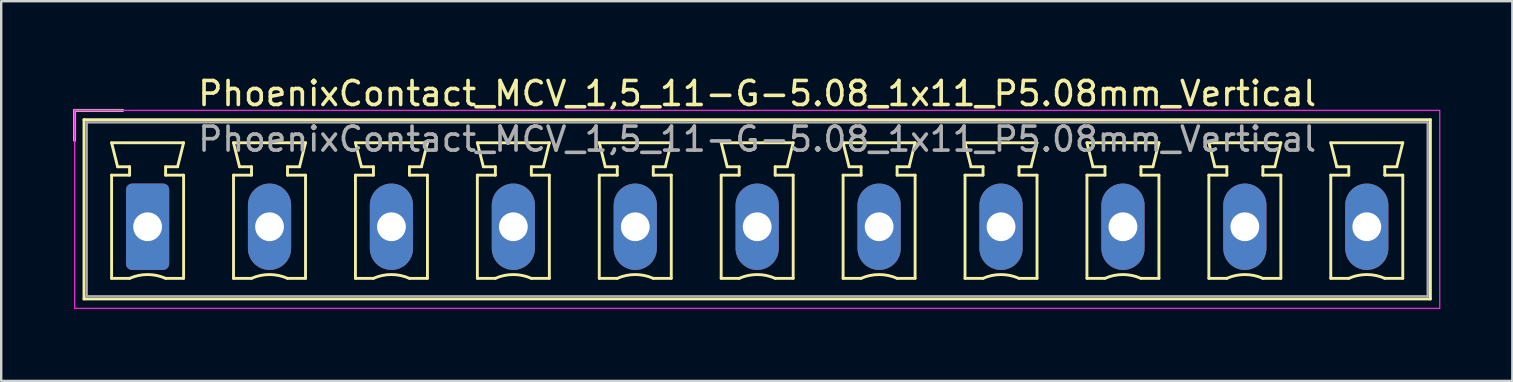
<source format=kicad_pcb>
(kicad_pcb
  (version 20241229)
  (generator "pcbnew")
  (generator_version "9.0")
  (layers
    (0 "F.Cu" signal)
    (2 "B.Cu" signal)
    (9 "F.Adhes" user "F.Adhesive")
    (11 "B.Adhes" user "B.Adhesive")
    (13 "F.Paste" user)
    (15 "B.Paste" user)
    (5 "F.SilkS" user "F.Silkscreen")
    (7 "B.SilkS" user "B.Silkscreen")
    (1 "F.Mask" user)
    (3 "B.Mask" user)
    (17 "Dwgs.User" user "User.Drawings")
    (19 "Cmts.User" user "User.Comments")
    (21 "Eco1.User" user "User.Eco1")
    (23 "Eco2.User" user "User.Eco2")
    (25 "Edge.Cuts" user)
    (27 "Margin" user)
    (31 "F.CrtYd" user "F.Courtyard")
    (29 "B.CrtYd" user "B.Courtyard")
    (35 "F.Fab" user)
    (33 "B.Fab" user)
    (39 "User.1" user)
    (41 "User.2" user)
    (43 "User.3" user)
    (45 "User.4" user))
  (footprint "PhoenixContact_MCV_1,5_11-G-5.08_1x11_P5.08mm_Vertical"
    (layer "F.Cu")
    (at 3.1 6.398)
    (property "Reference" "PhoenixContact_MCV_1,5_11-G-5.08_1x11_P5.08mm_Vertical" (at 25.4 -5.55 0) (layer "F.SilkS") (effects (font (size 1 1) (thickness 0.15))))
    (attr through_hole)
    (fp_line (start -3.04 -4.85) (end -1.04 -4.85) (stroke (width 0.12) (type solid)) (layer "F.SilkS"))
    (fp_line (start -3.04 -3.6) (end -3.04 -4.85) (stroke (width 0.12) (type solid)) (layer "F.SilkS"))
    (fp_line (start -2.65 -4.46) (end -2.65 3.01) (stroke (width 0.12) (type solid)) (layer "F.SilkS"))
    (fp_line (start -2.65 3.01) (end 53.45 3.01) (stroke (width 0.12) (type solid)) (layer "F.SilkS"))
    (fp_line (start -1.5 -3.5) (end 1.5 -3.5) (stroke (width 0.12) (type solid)) (layer "F.SilkS"))
    (fp_line (start -1.5 -2.15) (end -0.75 -2.15) (stroke (width 0.12) (type solid)) (layer "F.SilkS"))
    (fp_line (start -1.5 2.15) (end -1.5 -2.15) (stroke (width 0.12) (type solid)) (layer "F.SilkS"))
    (fp_line (start -1.25 -2.5) (end -1.5 -3.5) (stroke (width 0.12) (type solid)) (layer "F.SilkS"))
    (fp_line (start -0.75 -2.5) (end -1.25 -2.5) (stroke (width 0.12) (type solid)) (layer "F.SilkS"))
    (fp_line (start -0.75 -2.15) (end -0.75 -2.5) (stroke (width 0.12) (type solid)) (layer "F.SilkS"))
    (fp_line (start -0.75 2.15) (end -1.5 2.15) (stroke (width 0.12) (type solid)) (layer "F.SilkS"))
    (fp_line (start 0.75 -2.5) (end 0.75 -2.15) (stroke (width 0.12) (type solid)) (layer "F.SilkS"))
    (fp_line (start 0.75 -2.15) (end 1.5 -2.15) (stroke (width 0.12) (type solid)) (layer "F.SilkS"))
    (fp_line (start 1.25 -2.5) (end 0.75 -2.5) (stroke (width 0.12) (type solid)) (layer "F.SilkS"))
    (fp_line (start 1.5 -3.5) (end 1.25 -2.5) (stroke (width 0.12) (type solid)) (layer "F.SilkS"))
    (fp_line (start 1.5 -2.15) (end 1.5 2.15) (stroke (width 0.12) (type solid)) (layer "F.SilkS"))
    (fp_line (start 1.5 2.15) (end 0.75 2.15) (stroke (width 0.12) (type solid)) (layer "F.SilkS"))
    (fp_line (start 3.58 -3.5) (end 6.58 -3.5) (stroke (width 0.12) (type solid)) (layer "F.SilkS"))
    (fp_line (start 3.58 -2.15) (end 4.33 -2.15) (stroke (width 0.12) (type solid)) (layer "F.SilkS"))
    (fp_line (start 3.58 2.15) (end 3.58 -2.15) (stroke (width 0.12) (type solid)) (layer "F.SilkS"))
    (fp_line (start 3.83 -2.5) (end 3.58 -3.5) (stroke (width 0.12) (type solid)) (layer "F.SilkS"))
    (fp_line (start 4.33 -2.5) (end 3.83 -2.5) (stroke (width 0.12) (type solid)) (layer "F.SilkS"))
    (fp_line (start 4.33 -2.15) (end 4.33 -2.5) (stroke (width 0.12) (type solid)) (layer "F.SilkS"))
    (fp_line (start 4.33 2.15) (end 3.58 2.15) (stroke (width 0.12) (type solid)) (layer "F.SilkS"))
    (fp_line (start 5.83 -2.5) (end 5.83 -2.15) (stroke (width 0.12) (type solid)) (layer "F.SilkS"))
    (fp_line (start 5.83 -2.15) (end 6.58 -2.15) (stroke (width 0.12) (type solid)) (layer "F.SilkS"))
    (fp_line (start 6.33 -2.5) (end 5.83 -2.5) (stroke (width 0.12) (type solid)) (layer "F.SilkS"))
    (fp_line (start 6.58 -3.5) (end 6.33 -2.5) (stroke (width 0.12) (type solid)) (layer "F.SilkS"))
    (fp_line (start 6.58 -2.15) (end 6.58 2.15) (stroke (width 0.12) (type solid)) (layer "F.SilkS"))
    (fp_line (start 6.58 2.15) (end 5.83 2.15) (stroke (width 0.12) (type solid)) (layer "F.SilkS"))
    (fp_line (start 8.66 -3.5) (end 11.66 -3.5) (stroke (width 0.12) (type solid)) (layer "F.SilkS"))
    (fp_line (start 8.66 -2.15) (end 9.41 -2.15) (stroke (width 0.12) (type solid)) (layer "F.SilkS"))
    (fp_line (start 8.66 2.15) (end 8.66 -2.15) (stroke (width 0.12) (type solid)) (layer "F.SilkS"))
    (fp_line (start 8.91 -2.5) (end 8.66 -3.5) (stroke (width 0.12) (type solid)) (layer "F.SilkS"))
    (fp_line (start 9.41 -2.5) (end 8.91 -2.5) (stroke (width 0.12) (type solid)) (layer "F.SilkS"))
    (fp_line (start 9.41 -2.15) (end 9.41 -2.5) (stroke (width 0.12) (type solid)) (layer "F.SilkS"))
    (fp_line (start 9.41 2.15) (end 8.66 2.15) (stroke (width 0.12) (type solid)) (layer "F.SilkS"))
    (fp_line (start 10.91 -2.5) (end 10.91 -2.15) (stroke (width 0.12) (type solid)) (layer "F.SilkS"))
    (fp_line (start 10.91 -2.15) (end 11.66 -2.15) (stroke (width 0.12) (type solid)) (layer "F.SilkS"))
    (fp_line (start 11.41 -2.5) (end 10.91 -2.5) (stroke (width 0.12) (type solid)) (layer "F.SilkS"))
    (fp_line (start 11.66 -3.5) (end 11.41 -2.5) (stroke (width 0.12) (type solid)) (layer "F.SilkS"))
    (fp_line (start 11.66 -2.15) (end 11.66 2.15) (stroke (width 0.12) (type solid)) (layer "F.SilkS"))
    (fp_line (start 11.66 2.15) (end 10.91 2.15) (stroke (width 0.12) (type solid)) (layer "F.SilkS"))
    (fp_line (start 13.74 -3.5) (end 16.74 -3.5) (stroke (width 0.12) (type solid)) (layer "F.SilkS"))
    (fp_line (start 13.74 -2.15) (end 14.49 -2.15) (stroke (width 0.12) (type solid)) (layer "F.SilkS"))
    (fp_line (start 13.74 2.15) (end 13.74 -2.15) (stroke (width 0.12) (type solid)) (layer "F.SilkS"))
    (fp_line (start 13.99 -2.5) (end 13.74 -3.5) (stroke (width 0.12) (type solid)) (layer "F.SilkS"))
    (fp_line (start 14.49 -2.5) (end 13.99 -2.5) (stroke (width 0.12) (type solid)) (layer "F.SilkS"))
    (fp_line (start 14.49 -2.15) (end 14.49 -2.5) (stroke (width 0.12) (type solid)) (layer "F.SilkS"))
    (fp_line (start 14.49 2.15) (end 13.74 2.15) (stroke (width 0.12) (type solid)) (layer "F.SilkS"))
    (fp_line (start 15.99 -2.5) (end 15.99 -2.15) (stroke (width 0.12) (type solid)) (layer "F.SilkS"))
    (fp_line (start 15.99 -2.15) (end 16.74 -2.15) (stroke (width 0.12) (type solid)) (layer "F.SilkS"))
    (fp_line (start 16.49 -2.5) (end 15.99 -2.5) (stroke (width 0.12) (type solid)) (layer "F.SilkS"))
    (fp_line (start 16.74 -3.5) (end 16.49 -2.5) (stroke (width 0.12) (type solid)) (layer "F.SilkS"))
    (fp_line (start 16.74 -2.15) (end 16.74 2.15) (stroke (width 0.12) (type solid)) (layer "F.SilkS"))
    (fp_line (start 16.74 2.15) (end 15.99 2.15) (stroke (width 0.12) (type solid)) (layer "F.SilkS"))
    (fp_line (start 18.82 -3.5) (end 21.82 -3.5) (stroke (width 0.12) (type solid)) (layer "F.SilkS"))
    (fp_line (start 18.82 -2.15) (end 19.57 -2.15) (stroke (width 0.12) (type solid)) (layer "F.SilkS"))
    (fp_line (start 18.82 2.15) (end 18.82 -2.15) (stroke (width 0.12) (type solid)) (layer "F.SilkS"))
    (fp_line (start 19.07 -2.5) (end 18.82 -3.5) (stroke (width 0.12) (type solid)) (layer "F.SilkS"))
    (fp_line (start 19.57 -2.5) (end 19.07 -2.5) (stroke (width 0.12) (type solid)) (layer "F.SilkS"))
    (fp_line (start 19.57 -2.15) (end 19.57 -2.5) (stroke (width 0.12) (type solid)) (layer "F.SilkS"))
    (fp_line (start 19.57 2.15) (end 18.82 2.15) (stroke (width 0.12) (type solid)) (layer "F.SilkS"))
    (fp_line (start 21.07 -2.5) (end 21.07 -2.15) (stroke (width 0.12) (type solid)) (layer "F.SilkS"))
    (fp_line (start 21.07 -2.15) (end 21.82 -2.15) (stroke (width 0.12) (type solid)) (layer "F.SilkS"))
    (fp_line (start 21.57 -2.5) (end 21.07 -2.5) (stroke (width 0.12) (type solid)) (layer "F.SilkS"))
    (fp_line (start 21.82 -3.5) (end 21.57 -2.5) (stroke (width 0.12) (type solid)) (layer "F.SilkS"))
    (fp_line (start 21.82 -2.15) (end 21.82 2.15) (stroke (width 0.12) (type solid)) (layer "F.SilkS"))
    (fp_line (start 21.82 2.15) (end 21.07 2.15) (stroke (width 0.12) (type solid)) (layer "F.SilkS"))
    (fp_line (start 23.9 -3.5) (end 26.9 -3.5) (stroke (width 0.12) (type solid)) (layer "F.SilkS"))
    (fp_line (start 23.9 -2.15) (end 24.65 -2.15) (stroke (width 0.12) (type solid)) (layer "F.SilkS"))
    (fp_line (start 23.9 2.15) (end 23.9 -2.15) (stroke (width 0.12) (type solid)) (layer "F.SilkS"))
    (fp_line (start 24.15 -2.5) (end 23.9 -3.5) (stroke (width 0.12) (type solid)) (layer "F.SilkS"))
    (fp_line (start 24.65 -2.5) (end 24.15 -2.5) (stroke (width 0.12) (type solid)) (layer "F.SilkS"))
    (fp_line (start 24.65 -2.15) (end 24.65 -2.5) (stroke (width 0.12) (type solid)) (layer "F.SilkS"))
    (fp_line (start 24.65 2.15) (end 23.9 2.15) (stroke (width 0.12) (type solid)) (layer "F.SilkS"))
    (fp_line (start 26.15 -2.5) (end 26.15 -2.15) (stroke (width 0.12) (type solid)) (layer "F.SilkS"))
    (fp_line (start 26.15 -2.15) (end 26.9 -2.15) (stroke (width 0.12) (type solid)) (layer "F.SilkS"))
    (fp_line (start 26.65 -2.5) (end 26.15 -2.5) (stroke (width 0.12) (type solid)) (layer "F.SilkS"))
    (fp_line (start 26.9 -3.5) (end 26.65 -2.5) (stroke (width 0.12) (type solid)) (layer "F.SilkS"))
    (fp_line (start 26.9 -2.15) (end 26.9 2.15) (stroke (width 0.12) (type solid)) (layer "F.SilkS"))
    (fp_line (start 26.9 2.15) (end 26.15 2.15) (stroke (width 0.12) (type solid)) (layer "F.SilkS"))
    (fp_line (start 28.98 -3.5) (end 31.98 -3.5) (stroke (width 0.12) (type solid)) (layer "F.SilkS"))
    (fp_line (start 28.98 -2.15) (end 29.73 -2.15) (stroke (width 0.12) (type solid)) (layer "F.SilkS"))
    (fp_line (start 28.98 2.15) (end 28.98 -2.15) (stroke (width 0.12) (type solid)) (layer "F.SilkS"))
    (fp_line (start 29.23 -2.5) (end 28.98 -3.5) (stroke (width 0.12) (type solid)) (layer "F.SilkS"))
    (fp_line (start 29.73 -2.5) (end 29.23 -2.5) (stroke (width 0.12) (type solid)) (layer "F.SilkS"))
    (fp_line (start 29.73 -2.15) (end 29.73 -2.5) (stroke (width 0.12) (type solid)) (layer "F.SilkS"))
    (fp_line (start 29.73 2.15) (end 28.98 2.15) (stroke (width 0.12) (type solid)) (layer "F.SilkS"))
    (fp_line (start 31.23 -2.5) (end 31.23 -2.15) (stroke (width 0.12) (type solid)) (layer "F.SilkS"))
    (fp_line (start 31.23 -2.15) (end 31.98 -2.15) (stroke (width 0.12) (type solid)) (layer "F.SilkS"))
    (fp_line (start 31.73 -2.5) (end 31.23 -2.5) (stroke (width 0.12) (type solid)) (layer "F.SilkS"))
    (fp_line (start 31.98 -3.5) (end 31.73 -2.5) (stroke (width 0.12) (type solid)) (layer "F.SilkS"))
    (fp_line (start 31.98 -2.15) (end 31.98 2.15) (stroke (width 0.12) (type solid)) (layer "F.SilkS"))
    (fp_line (start 31.98 2.15) (end 31.23 2.15) (stroke (width 0.12) (type solid)) (layer "F.SilkS"))
    (fp_line (start 34.06 -3.5) (end 37.06 -3.5) (stroke (width 0.12) (type solid)) (layer "F.SilkS"))
    (fp_line (start 34.06 -2.15) (end 34.81 -2.15) (stroke (width 0.12) (type solid)) (layer "F.SilkS"))
    (fp_line (start 34.06 2.15) (end 34.06 -2.15) (stroke (width 0.12) (type solid)) (layer "F.SilkS"))
    (fp_line (start 34.31 -2.5) (end 34.06 -3.5) (stroke (width 0.12) (type solid)) (layer "F.SilkS"))
    (fp_line (start 34.81 -2.5) (end 34.31 -2.5) (stroke (width 0.12) (type solid)) (layer "F.SilkS"))
    (fp_line (start 34.81 -2.15) (end 34.81 -2.5) (stroke (width 0.12) (type solid)) (layer "F.SilkS"))
    (fp_line (start 34.81 2.15) (end 34.06 2.15) (stroke (width 0.12) (type solid)) (layer "F.SilkS"))
    (fp_line (start 36.31 -2.5) (end 36.31 -2.15) (stroke (width 0.12) (type solid)) (layer "F.SilkS"))
    (fp_line (start 36.31 -2.15) (end 37.06 -2.15) (stroke (width 0.12) (type solid)) (layer "F.SilkS"))
    (fp_line (start 36.81 -2.5) (end 36.31 -2.5) (stroke (width 0.12) (type solid)) (layer "F.SilkS"))
    (fp_line (start 37.06 -3.5) (end 36.81 -2.5) (stroke (width 0.12) (type solid)) (layer "F.SilkS"))
    (fp_line (start 37.06 -2.15) (end 37.06 2.15) (stroke (width 0.12) (type solid)) (layer "F.SilkS"))
    (fp_line (start 37.06 2.15) (end 36.31 2.15) (stroke (width 0.12) (type solid)) (layer "F.SilkS"))
    (fp_line (start 39.14 -3.5) (end 42.14 -3.5) (stroke (width 0.12) (type solid)) (layer "F.SilkS"))
    (fp_line (start 39.14 -2.15) (end 39.89 -2.15) (stroke (width 0.12) (type solid)) (layer "F.SilkS"))
    (fp_line (start 39.14 2.15) (end 39.14 -2.15) (stroke (width 0.12) (type solid)) (layer "F.SilkS"))
    (fp_line (start 39.39 -2.5) (end 39.14 -3.5) (stroke (width 0.12) (type solid)) (layer "F.SilkS"))
    (fp_line (start 39.89 -2.5) (end 39.39 -2.5) (stroke (width 0.12) (type solid)) (layer "F.SilkS"))
    (fp_line (start 39.89 -2.15) (end 39.89 -2.5) (stroke (width 0.12) (type solid)) (layer "F.SilkS"))
    (fp_line (start 39.89 2.15) (end 39.14 2.15) (stroke (width 0.12) (type solid)) (layer "F.SilkS"))
    (fp_line (start 41.39 -2.5) (end 41.39 -2.15) (stroke (width 0.12) (type solid)) (layer "F.SilkS"))
    (fp_line (start 41.39 -2.15) (end 42.14 -2.15) (stroke (width 0.12) (type solid)) (layer "F.SilkS"))
    (fp_line (start 41.89 -2.5) (end 41.39 -2.5) (stroke (width 0.12) (type solid)) (layer "F.SilkS"))
    (fp_line (start 42.14 -3.5) (end 41.89 -2.5) (stroke (width 0.12) (type solid)) (layer "F.SilkS"))
    (fp_line (start 42.14 -2.15) (end 42.14 2.15) (stroke (width 0.12) (type solid)) (layer "F.SilkS"))
    (fp_line (start 42.14 2.15) (end 41.39 2.15) (stroke (width 0.12) (type solid)) (layer "F.SilkS"))
    (fp_line (start 44.22 -3.5) (end 47.22 -3.5) (stroke (width 0.12) (type solid)) (layer "F.SilkS"))
    (fp_line (start 44.22 -2.15) (end 44.97 -2.15) (stroke (width 0.12) (type solid)) (layer "F.SilkS"))
    (fp_line (start 44.22 2.15) (end 44.22 -2.15) (stroke (width 0.12) (type solid)) (layer "F.SilkS"))
    (fp_line (start 44.47 -2.5) (end 44.22 -3.5) (stroke (width 0.12) (type solid)) (layer "F.SilkS"))
    (fp_line (start 44.97 -2.5) (end 44.47 -2.5) (stroke (width 0.12) (type solid)) (layer "F.SilkS"))
    (fp_line (start 44.97 -2.15) (end 44.97 -2.5) (stroke (width 0.12) (type solid)) (layer "F.SilkS"))
    (fp_line (start 44.97 2.15) (end 44.22 2.15) (stroke (width 0.12) (type solid)) (layer "F.SilkS"))
    (fp_line (start 46.47 -2.5) (end 46.47 -2.15) (stroke (width 0.12) (type solid)) (layer "F.SilkS"))
    (fp_line (start 46.47 -2.15) (end 47.22 -2.15) (stroke (width 0.12) (type solid)) (layer "F.SilkS"))
    (fp_line (start 46.97 -2.5) (end 46.47 -2.5) (stroke (width 0.12) (type solid)) (layer "F.SilkS"))
    (fp_line (start 47.22 -3.5) (end 46.97 -2.5) (stroke (width 0.12) (type solid)) (layer "F.SilkS"))
    (fp_line (start 47.22 -2.15) (end 47.22 2.15) (stroke (width 0.12) (type solid)) (layer "F.SilkS"))
    (fp_line (start 47.22 2.15) (end 46.47 2.15) (stroke (width 0.12) (type solid)) (layer "F.SilkS"))
    (fp_line (start 49.3 -3.5) (end 52.3 -3.5) (stroke (width 0.12) (type solid)) (layer "F.SilkS"))
    (fp_line (start 49.3 -2.15) (end 50.05 -2.15) (stroke (width 0.12) (type solid)) (layer "F.SilkS"))
    (fp_line (start 49.3 2.15) (end 49.3 -2.15) (stroke (width 0.12) (type solid)) (layer "F.SilkS"))
    (fp_line (start 49.55 -2.5) (end 49.3 -3.5) (stroke (width 0.12) (type solid)) (layer "F.SilkS"))
    (fp_line (start 50.05 -2.5) (end 49.55 -2.5) (stroke (width 0.12) (type solid)) (layer "F.SilkS"))
    (fp_line (start 50.05 -2.15) (end 50.05 -2.5) (stroke (width 0.12) (type solid)) (layer "F.SilkS"))
    (fp_line (start 50.05 2.15) (end 49.3 2.15) (stroke (width 0.12) (type solid)) (layer "F.SilkS"))
    (fp_line (start 51.55 -2.5) (end 51.55 -2.15) (stroke (width 0.12) (type solid)) (layer "F.SilkS"))
    (fp_line (start 51.55 -2.15) (end 52.3 -2.15) (stroke (width 0.12) (type solid)) (layer "F.SilkS"))
    (fp_line (start 52.05 -2.5) (end 51.55 -2.5) (stroke (width 0.12) (type solid)) (layer "F.SilkS"))
    (fp_line (start 52.3 -3.5) (end 52.05 -2.5) (stroke (width 0.12) (type solid)) (layer "F.SilkS"))
    (fp_line (start 52.3 -2.15) (end 52.3 2.15) (stroke (width 0.12) (type solid)) (layer "F.SilkS"))
    (fp_line (start 52.3 2.15) (end 51.55 2.15) (stroke (width 0.12) (type solid)) (layer "F.SilkS"))
    (fp_line (start 53.45 -4.46) (end -2.65 -4.46) (stroke (width 0.12) (type solid)) (layer "F.SilkS"))
    (fp_line (start 53.45 3.01) (end 53.45 -4.46) (stroke (width 0.12) (type solid)) (layer "F.SilkS"))
    (fp_arc (start -0.75 2.15) (mid -0.000193 1.99191) (end 0.749647 2.149844) (stroke (width 0.12) (type solid)) (layer "F.SilkS"))
    (fp_arc (start 4.33 2.15) (mid 5.079807 1.99191) (end 5.829647 2.149844) (stroke (width 0.12) (type solid)) (layer "F.SilkS"))
    (fp_arc (start 9.41 2.15) (mid 10.159807 1.99191) (end 10.909647 2.149844) (stroke (width 0.12) (type solid)) (layer "F.SilkS"))
    (fp_arc (start 14.49 2.15) (mid 15.239807 1.99191) (end 15.989647 2.149844) (stroke (width 0.12) (type solid)) (layer "F.SilkS"))
    (fp_arc (start 19.57 2.15) (mid 20.319807 1.99191) (end 21.069647 2.149844) (stroke (width 0.12) (type solid)) (layer "F.SilkS"))
    (fp_arc (start 24.65 2.15) (mid 25.399807 1.99191) (end 26.149647 2.149844) (stroke (width 0.12) (type solid)) (layer "F.SilkS"))
    (fp_arc (start 29.73 2.15) (mid 30.479807 1.99191) (end 31.229647 2.149844) (stroke (width 0.12) (type solid)) (layer "F.SilkS"))
    (fp_arc (start 34.81 2.15) (mid 35.559807 1.99191) (end 36.309647 2.149844) (stroke (width 0.12) (type solid)) (layer "F.SilkS"))
    (fp_arc (start 39.89 2.15) (mid 40.639807 1.99191) (end 41.389647 2.149844) (stroke (width 0.12) (type solid)) (layer "F.SilkS"))
    (fp_arc (start 44.97 2.15) (mid 45.719807 1.99191) (end 46.469647 2.149844) (stroke (width 0.12) (type solid)) (layer "F.SilkS"))
    (fp_arc (start 50.05 2.15) (mid 50.799807 1.99191) (end 51.549647 2.149844) (stroke (width 0.12) (type solid)) (layer "F.SilkS"))
    (fp_line (start -3.04 -4.85) (end -3.04 3.4) (stroke (width 0.05) (type solid)) (layer "F.CrtYd"))
    (fp_line (start -3.04 3.4) (end 53.84 3.4) (stroke (width 0.05) (type solid)) (layer "F.CrtYd"))
    (fp_line (start 53.84 -4.85) (end -3.04 -4.85) (stroke (width 0.05) (type solid)) (layer "F.CrtYd"))
    (fp_line (start 53.84 3.4) (end 53.84 -4.85) (stroke (width 0.05) (type solid)) (layer "F.CrtYd"))
    (fp_line (start -3.04 -4.85) (end -1.04 -4.85) (stroke (width 0.1) (type solid)) (layer "F.Fab"))
    (fp_line (start -3.04 -3.6) (end -3.04 -4.85) (stroke (width 0.1) (type solid)) (layer "F.Fab"))
    (fp_line (start -2.54 -4.35) (end -2.54 2.9) (stroke (width 0.1) (type solid)) (layer "F.Fab"))
    (fp_line (start -2.54 2.9) (end 53.34 2.9) (stroke (width 0.1) (type solid)) (layer "F.Fab"))
    (fp_line (start 53.34 -4.35) (end -2.54 -4.35) (stroke (width 0.1) (type solid)) (layer "F.Fab"))
    (fp_line (start 53.34 2.9) (end 53.34 -4.35) (stroke (width 0.1) (type solid)) (layer "F.Fab"))
    (fp_text user "${REFERENCE}" (at 25.4 -3.65 0) (layer "F.Fab") (effects (font (size 1 1) (thickness 0.15))))
    (pad "1" thru_hole roundrect (at 0 0) (size 1.8 3.6) (drill 1.2) (layers "*.Cu" "*.Mask") (roundrect_rratio 0.139))
    (pad "2" thru_hole oval (at 5.08 0) (size 1.8 3.6) (drill 1.2) (layers "*.Cu" "*.Mask"))
    (pad "3" thru_hole oval (at 10.16 0) (size 1.8 3.6) (drill 1.2) (layers "*.Cu" "*.Mask"))
    (pad "4" thru_hole oval (at 15.24 0) (size 1.8 3.6) (drill 1.2) (layers "*.Cu" "*.Mask"))
    (pad "5" thru_hole oval (at 20.32 0) (size 1.8 3.6) (drill 1.2) (layers "*.Cu" "*.Mask"))
    (pad "6" thru_hole oval (at 25.4 0) (size 1.8 3.6) (drill 1.2) (layers "*.Cu" "*.Mask"))
    (pad "7" thru_hole oval (at 30.48 0) (size 1.8 3.6) (drill 1.2) (layers "*.Cu" "*.Mask"))
    (pad "8" thru_hole oval (at 35.56 0) (size 1.8 3.6) (drill 1.2) (layers "*.Cu" "*.Mask"))
    (pad "9" thru_hole oval (at 40.64 0) (size 1.8 3.6) (drill 1.2) (layers "*.Cu" "*.Mask"))
    (pad "10" thru_hole oval (at 45.72 0) (size 1.8 3.6) (drill 1.2) (layers "*.Cu" "*.Mask"))
    (pad "11" thru_hole oval (at 50.8 0) (size 1.8 3.6) (drill 1.2) (layers "*.Cu" "*.Mask")))
  (gr_rect
    (start -3 -3)
    (end 59.965 12.823)
    (stroke (width 0.1) (type default))
    (fill no)
    (layer "Edge.Cuts")))
</source>
